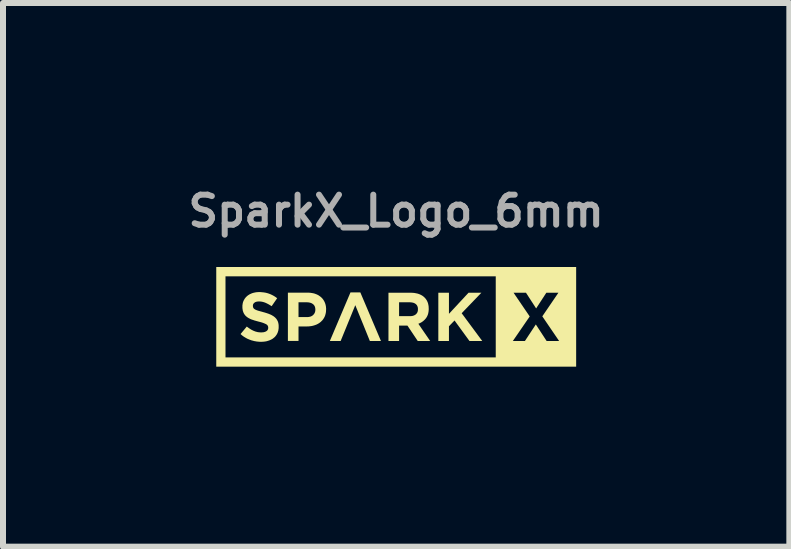
<source format=kicad_pcb>
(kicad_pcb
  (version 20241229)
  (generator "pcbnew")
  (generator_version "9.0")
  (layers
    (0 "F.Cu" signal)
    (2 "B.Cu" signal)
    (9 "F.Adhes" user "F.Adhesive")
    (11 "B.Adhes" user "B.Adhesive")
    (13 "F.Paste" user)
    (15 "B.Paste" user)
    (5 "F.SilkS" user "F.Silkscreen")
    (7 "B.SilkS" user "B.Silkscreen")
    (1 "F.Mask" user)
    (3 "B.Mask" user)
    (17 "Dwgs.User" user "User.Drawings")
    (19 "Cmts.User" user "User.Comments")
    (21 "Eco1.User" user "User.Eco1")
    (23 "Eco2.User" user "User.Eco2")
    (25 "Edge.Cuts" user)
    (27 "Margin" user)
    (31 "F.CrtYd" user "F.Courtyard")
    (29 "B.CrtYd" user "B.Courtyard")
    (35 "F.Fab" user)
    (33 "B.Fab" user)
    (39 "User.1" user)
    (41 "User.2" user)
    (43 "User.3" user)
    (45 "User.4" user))
  (footprint "SparkX_Logo_6mm"
    (layer "F.Cu")
    (at 3.552 2.218)
    (property "Reference" "SparkX_Logo_6mm" (at 0 -1.75 0) (layer "F.Fab") (effects (font (size 0.5 0.5) (thickness 0.1))))
    (attr board_only exclude_from_pos_files exclude_from_bom)
    (fp_poly (pts (xy -0.253 0.415) (xy -0.438 0.415) (xy -0.557 0.121) (xy -0.681 -0.182) (xy -0.925 0.415) (xy -1.105 0.415) (xy -0.761 -0.395) (xy -0.597 -0.395)) (stroke (width 0) (type solid)) (fill yes) (layer "F.SilkS"))
    (fp_poly (pts (xy 0.88 -0.038) (xy 1.206 -0.389) (xy 1.42 -0.389) (xy 1.092 -0.048) (xy 1.435 0.415) (xy 1.222 0.415) (xy 0.973 0.073) (xy 0.88 0.169) (xy 0.88 0.415) (xy 0.703 0.415) (xy 0.703 -0.389) (xy 0.88 -0.389)) (stroke (width 0) (type solid)) (fill yes) (layer "F.SilkS"))
    (fp_poly (pts (xy 3 0.843) (xy -2.998 0.843) (xy -2.998 -0.663) (xy -2.844 -0.663) (xy -2.844 0.688) (xy 1.66 0.688) (xy 1.66 0.415) (xy 1.945 0.415) (xy 2.146 0.415) (xy 2.328 0.139) (xy 2.508 0.415) (xy 2.716 0.415) (xy 2.436 0.004) (xy 2.704 -0.389) (xy 2.503 -0.389) (xy 2.333 -0.128) (xy 2.164 -0.389) (xy 1.957 -0.389) (xy 2.226 0.006) (xy 1.945 0.415) (xy 1.66 0.415) (xy 1.66 -0.663) (xy -2.844 -0.663) (xy -2.998 -0.663) (xy -2.998 -0.818) (xy 3 -0.818)) (stroke (width 0) (type solid)) (fill yes) (layer "F.SilkS"))
    (fp_poly (pts (xy 0.257 -0.389) (xy 0.274 -0.388) (xy 0.291 -0.387) (xy 0.307 -0.385) (xy 0.323 -0.382) (xy 0.338 -0.379) (xy 0.353 -0.376) (xy 0.367 -0.372) (xy 0.381 -0.367) (xy 0.394 -0.362) (xy 0.407 -0.356) (xy 0.419 -0.35) (xy 0.431 -0.343) (xy 0.442 -0.336) (xy 0.453 -0.328) (xy 0.463 -0.319) (xy 0.473 -0.31) (xy 0.482 -0.301) (xy 0.49 -0.291) (xy 0.498 -0.281) (xy 0.505 -0.27) (xy 0.512 -0.259) (xy 0.518 -0.247) (xy 0.523 -0.235) (xy 0.528 -0.223) (xy 0.532 -0.21) (xy 0.535 -0.196) (xy 0.538 -0.183) (xy 0.54 -0.169) (xy 0.542 -0.154) (xy 0.542 -0.139) (xy 0.543 -0.124) (xy 0.543 -0.121) (xy 0.543 -0.109) (xy 0.542 -0.097) (xy 0.541 -0.086) (xy 0.54 -0.075) (xy 0.538 -0.064) (xy 0.536 -0.053) (xy 0.534 -0.043) (xy 0.531 -0.033) (xy 0.528 -0.023) (xy 0.524 -0.013) (xy 0.52 -0.004) (xy 0.516 0.005) (xy 0.511 0.013) (xy 0.506 0.022) (xy 0.501 0.03) (xy 0.495 0.038) (xy 0.489 0.045) (xy 0.482 0.053) (xy 0.476 0.06) (xy 0.469 0.066) (xy 0.462 0.073) (xy 0.455 0.079) (xy 0.448 0.085) (xy 0.44 0.091) (xy 0.432 0.096) (xy 0.424 0.102) (xy 0.415 0.107) (xy 0.407 0.111) (xy 0.398 0.116) (xy 0.389 0.12) (xy 0.38 0.124) (xy 0.37 0.128) (xy 0.567 0.415) (xy 0.36 0.415) (xy 0.188 0.158) (xy 0.049 0.158) (xy 0.049 0.415) (xy -0.128 0.415) (xy -0.128 -0.23) (xy 0.049 -0.23) (xy 0.049 0.001) (xy 0.228 0.001) (xy 0.236 0.001) (xy 0.244 0.001) (xy 0.251 0.000006) (xy 0.259 -0.001) (xy 0.266 -0.002) (xy 0.273 -0.003) (xy 0.28 -0.005) (xy 0.286 -0.007) (xy 0.292 -0.009) (xy 0.298 -0.011) (xy 0.304 -0.014) (xy 0.309 -0.017) (xy 0.314 -0.02) (xy 0.319 -0.023) (xy 0.324 -0.026) (xy 0.329 -0.03) (xy 0.333 -0.034) (xy 0.337 -0.038) (xy 0.341 -0.043) (xy 0.344 -0.047) (xy 0.347 -0.052) (xy 0.35 -0.056) (xy 0.353 -0.061) (xy 0.355 -0.066) (xy 0.357 -0.072) (xy 0.359 -0.077) (xy 0.36 -0.083) (xy 0.361 -0.088) (xy 0.362 -0.094) (xy 0.363 -0.1) (xy 0.363 -0.106) (xy 0.363 -0.113) (xy 0.363 -0.115) (xy 0.363 -0.122) (xy 0.363 -0.129) (xy 0.362 -0.135) (xy 0.361 -0.142) (xy 0.36 -0.148) (xy 0.358 -0.154) (xy 0.356 -0.159) (xy 0.354 -0.165) (xy 0.352 -0.17) (xy 0.349 -0.175) (xy 0.346 -0.18) (xy 0.343 -0.185) (xy 0.339 -0.189) (xy 0.335 -0.193) (xy 0.331 -0.197) (xy 0.327 -0.201) (xy 0.322 -0.204) (xy 0.317 -0.208) (xy 0.312 -0.211) (xy 0.307 -0.214) (xy 0.301 -0.216) (xy 0.295 -0.219) (xy 0.289 -0.221) (xy 0.283 -0.223) (xy 0.276 -0.224) (xy 0.269 -0.226) (xy 0.263 -0.227) (xy 0.255 -0.228) (xy 0.248 -0.229) (xy 0.24 -0.229) (xy 0.232 -0.23) (xy 0.224 -0.23) (xy 0.049 -0.23) (xy -0.128 -0.23) (xy -0.128 -0.389) (xy 0.239 -0.389)) (stroke (width 0) (type solid)) (fill yes) (layer "F.SilkS"))
    (fp_poly (pts (xy -1.466 -0.39) (xy -1.457 -0.39) (xy -1.449 -0.39) (xy -1.44 -0.389) (xy -1.431 -0.388) (xy -1.423 -0.388) (xy -1.415 -0.386) (xy -1.407 -0.385) (xy -1.399 -0.384) (xy -1.391 -0.382) (xy -1.383 -0.381) (xy -1.375 -0.379) (xy -1.368 -0.377) (xy -1.36 -0.375) (xy -1.353 -0.373) (xy -1.346 -0.37) (xy -1.339 -0.367) (xy -1.332 -0.365) (xy -1.325 -0.362) (xy -1.319 -0.359) (xy -1.312 -0.356) (xy -1.306 -0.353) (xy -1.299 -0.349) (xy -1.293 -0.346) (xy -1.287 -0.342) (xy -1.282 -0.338) (xy -1.276 -0.334) (xy -1.27 -0.33) (xy -1.265 -0.326) (xy -1.26 -0.322) (xy -1.254 -0.318) (xy -1.249 -0.313) (xy -1.244 -0.308) (xy -1.24 -0.304) (xy -1.235 -0.299) (xy -1.23 -0.294) (xy -1.226 -0.289) (xy -1.222 -0.283) (xy -1.218 -0.278) (xy -1.214 -0.273) (xy -1.21 -0.267) (xy -1.207 -0.261) (xy -1.203 -0.256) (xy -1.2 -0.25) (xy -1.197 -0.244) (xy -1.194 -0.238) (xy -1.191 -0.231) (xy -1.188 -0.225) (xy -1.186 -0.219) (xy -1.183 -0.212) (xy -1.181 -0.205) (xy -1.179 -0.199) (xy -1.177 -0.192) (xy -1.175 -0.185) (xy -1.174 -0.178) (xy -1.172 -0.171) (xy -1.171 -0.164) (xy -1.17 -0.157) (xy -1.169 -0.149) (xy -1.169 -0.142) (xy -1.168 -0.135) (xy -1.167 -0.127) (xy -1.167 -0.119) (xy -1.167 -0.112) (xy -1.167 -0.109) (xy -1.168 -0.11) (xy -1.168 -0.102) (xy -1.168 -0.093) (xy -1.169 -0.085) (xy -1.169 -0.076) (xy -1.17 -0.068) (xy -1.171 -0.06) (xy -1.173 -0.052) (xy -1.174 -0.045) (xy -1.176 -0.037) (xy -1.178 -0.03) (xy -1.18 -0.022) (xy -1.182 -0.015) (xy -1.184 -0.008) (xy -1.187 -0.001) (xy -1.19 0.006) (xy -1.193 0.013) (xy -1.196 0.019) (xy -1.2 0.026) (xy -1.203 0.032) (xy -1.207 0.038) (xy -1.211 0.044) (xy -1.215 0.05) (xy -1.219 0.056) (xy -1.223 0.061) (xy -1.227 0.067) (xy -1.232 0.072) (xy -1.237 0.077) (xy -1.242 0.082) (xy -1.247 0.087) (xy -1.252 0.092) (xy -1.257 0.097) (xy -1.263 0.101) (xy -1.268 0.106) (xy -1.274 0.11) (xy -1.28 0.114) (xy -1.285 0.118) (xy -1.291 0.122) (xy -1.298 0.125) (xy -1.304 0.129) (xy -1.31 0.132) (xy -1.317 0.136) (xy -1.323 0.139) (xy -1.33 0.142) (xy -1.337 0.145) (xy -1.344 0.147) (xy -1.351 0.15) (xy -1.358 0.152) (xy -1.366 0.155) (xy -1.381 0.159) (xy -1.396 0.163) (xy -1.411 0.166) (xy -1.427 0.168) (xy -1.443 0.17) (xy -1.46 0.172) (xy -1.476 0.172) (xy -1.493 0.173) (xy -1.627 0.173) (xy -1.627 0.414) (xy -1.804 0.414) (xy -1.804 -0.23) (xy -1.627 -0.23) (xy -1.627 0.016) (xy -1.486 0.016) (xy -1.478 0.016) (xy -1.47 0.016) (xy -1.462 0.015) (xy -1.455 0.014) (xy -1.448 0.013) (xy -1.441 0.011) (xy -1.434 0.01) (xy -1.427 0.008) (xy -1.421 0.005) (xy -1.415 0.003) (xy -1.409 -0.000223) (xy -1.403 -0.003) (xy -1.398 -0.007) (xy -1.393 -0.01) (xy -1.388 -0.014) (xy -1.383 -0.019) (xy -1.379 -0.023) (xy -1.374 -0.028) (xy -1.371 -0.032) (xy -1.367 -0.037) (xy -1.364 -0.042) (xy -1.361 -0.047) (xy -1.358 -0.053) (xy -1.356 -0.058) (xy -1.353 -0.064) (xy -1.352 -0.069) (xy -1.35 -0.075) (xy -1.349 -0.081) (xy -1.348 -0.087) (xy -1.347 -0.093) (xy -1.347 -0.099) (xy -1.346 -0.106) (xy -1.346 -0.108) (xy -1.347 -0.115) (xy -1.347 -0.122) (xy -1.348 -0.129) (xy -1.349 -0.136) (xy -1.35 -0.142) (xy -1.352 -0.149) (xy -1.354 -0.155) (xy -1.356 -0.161) (xy -1.359 -0.166) (xy -1.361 -0.171) (xy -1.365 -0.177) (xy -1.368 -0.181) (xy -1.372 -0.186) (xy -1.376 -0.19) (xy -1.38 -0.195) (xy -1.385 -0.199) (xy -1.39 -0.202) (xy -1.395 -0.206) (xy -1.4 -0.209) (xy -1.406 -0.212) (xy -1.411 -0.215) (xy -1.417 -0.218) (xy -1.424 -0.22) (xy -1.43 -0.222) (xy -1.437 -0.224) (xy -1.444 -0.225) (xy -1.451 -0.227) (xy -1.458 -0.228) (xy -1.466 -0.229) (xy -1.474 -0.229) (xy -1.482 -0.23) (xy -1.49 -0.23) (xy -1.627 -0.23) (xy -1.804 -0.23) (xy -1.804 -0.391) (xy -1.475 -0.391)) (stroke (width 0) (type solid)) (fill yes) (layer "F.SilkS"))
    (fp_poly (pts (xy -2.271 -0.4) (xy -2.26 -0.4) (xy -2.25 -0.399) (xy -2.239 -0.398) (xy -2.228 -0.397) (xy -2.218 -0.396) (xy -2.207 -0.395) (xy -2.197 -0.393) (xy -2.187 -0.392) (xy -2.177 -0.39) (xy -2.167 -0.388) (xy -2.157 -0.385) (xy -2.148 -0.383) (xy -2.138 -0.38) (xy -2.129 -0.377) (xy -2.12 -0.374) (xy -2.11 -0.37) (xy -2.101 -0.367) (xy -2.092 -0.363) (xy -2.083 -0.359) (xy -2.075 -0.355) (xy -2.066 -0.351) (xy -2.057 -0.346) (xy -2.049 -0.342) (xy -2.04 -0.337) (xy -2.032 -0.332) (xy -2.023 -0.327) (xy -2.015 -0.321) (xy -2.007 -0.316) (xy -1.999 -0.31) (xy -1.991 -0.304) (xy -1.983 -0.298) (xy -2.075 -0.165) (xy -2.089 -0.174) (xy -2.102 -0.182) (xy -2.115 -0.19) (xy -2.129 -0.198) (xy -2.142 -0.205) (xy -2.155 -0.211) (xy -2.168 -0.218) (xy -2.181 -0.223) (xy -2.187 -0.226) (xy -2.194 -0.228) (xy -2.2 -0.23) (xy -2.206 -0.232) (xy -2.213 -0.234) (xy -2.219 -0.236) (xy -2.226 -0.237) (xy -2.232 -0.239) (xy -2.239 -0.24) (xy -2.245 -0.241) (xy -2.252 -0.242) (xy -2.258 -0.243) (xy -2.265 -0.243) (xy -2.271 -0.244) (xy -2.278 -0.244) (xy -2.284 -0.244) (xy -2.29 -0.244) (xy -2.296 -0.244) (xy -2.302 -0.243) (xy -2.308 -0.243) (xy -2.314 -0.242) (xy -2.319 -0.241) (xy -2.324 -0.24) (xy -2.329 -0.239) (xy -2.334 -0.238) (xy -2.338 -0.236) (xy -2.343 -0.234) (xy -2.347 -0.233) (xy -2.351 -0.231) (xy -2.354 -0.228) (xy -2.358 -0.226) (xy -2.361 -0.224) (xy -2.364 -0.221) (xy -2.367 -0.219) (xy -2.37 -0.216) (xy -2.373 -0.213) (xy -2.375 -0.21) (xy -2.377 -0.207) (xy -2.379 -0.204) (xy -2.381 -0.201) (xy -2.382 -0.198) (xy -2.384 -0.195) (xy -2.385 -0.192) (xy -2.385 -0.188) (xy -2.386 -0.185) (xy -2.387 -0.181) (xy -2.387 -0.178) (xy -2.387 -0.174) (xy -2.387 -0.172) (xy -2.387 -0.169) (xy -2.387 -0.167) (xy -2.387 -0.164) (xy -2.387 -0.162) (xy -2.386 -0.16) (xy -2.386 -0.158) (xy -2.386 -0.155) (xy -2.385 -0.153) (xy -2.385 -0.151) (xy -2.384 -0.149) (xy -2.384 -0.147) (xy -2.383 -0.145) (xy -2.382 -0.143) (xy -2.382 -0.141) (xy -2.381 -0.139) (xy -2.38 -0.137) (xy -2.379 -0.136) (xy -2.378 -0.134) (xy -2.377 -0.132) (xy -2.375 -0.13) (xy -2.374 -0.129) (xy -2.373 -0.127) (xy -2.371 -0.125) (xy -2.37 -0.124) (xy -2.368 -0.122) (xy -2.366 -0.121) (xy -2.364 -0.119) (xy -2.362 -0.118) (xy -2.36 -0.116) (xy -2.358 -0.115) (xy -2.355 -0.113) (xy -2.353 -0.112) (xy -2.348 -0.109) (xy -2.342 -0.106) (xy -2.336 -0.103) (xy -2.33 -0.101) (xy -2.323 -0.098) (xy -2.316 -0.095) (xy -2.308 -0.093) (xy -2.3 -0.09) (xy -2.261 -0.079) (xy -2.238 -0.073) (xy -2.214 -0.066) (xy -2.199 -0.062) (xy -2.184 -0.058) (xy -2.17 -0.053) (xy -2.156 -0.049) (xy -2.142 -0.044) (xy -2.129 -0.04) (xy -2.117 -0.035) (xy -2.105 -0.03) (xy -2.099 -0.028) (xy -2.093 -0.025) (xy -2.087 -0.022) (xy -2.082 -0.02) (xy -2.076 -0.017) (xy -2.071 -0.014) (xy -2.066 -0.011) (xy -2.061 -0.008) (xy -2.056 -0.005) (xy -2.051 -0.002) (xy -2.046 0.001) (xy -2.041 0.004) (xy -2.037 0.008) (xy -2.033 0.011) (xy -2.028 0.014) (xy -2.024 0.018) (xy -2.02 0.021) (xy -2.016 0.025) (xy -2.012 0.029) (xy -2.009 0.033) (xy -2.005 0.036) (xy -2.002 0.04) (xy -1.998 0.044) (xy -1.995 0.048) (xy -1.992 0.053) (xy -1.989 0.057) (xy -1.987 0.061) (xy -1.984 0.066) (xy -1.981 0.07) (xy -1.979 0.075) (xy -1.977 0.079) (xy -1.974 0.084) (xy -1.972 0.089) (xy -1.97 0.094) (xy -1.969 0.099) (xy -1.967 0.104) (xy -1.965 0.109) (xy -1.964 0.114) (xy -1.963 0.12) (xy -1.962 0.125) (xy -1.961 0.131) (xy -1.96 0.137) (xy -1.959 0.143) (xy -1.959 0.149) (xy -1.958 0.155) (xy -1.958 0.161) (xy -1.958 0.174) (xy -1.958 0.179) (xy -1.958 0.187) (xy -1.958 0.194) (xy -1.958 0.201) (xy -1.959 0.208) (xy -1.96 0.215) (xy -1.961 0.222) (xy -1.962 0.229) (xy -1.963 0.235) (xy -1.964 0.242) (xy -1.966 0.249) (xy -1.968 0.255) (xy -1.97 0.261) (xy -1.972 0.267) (xy -1.974 0.274) (xy -1.977 0.28) (xy -1.979 0.285) (xy -1.982 0.291) (xy -1.985 0.297) (xy -1.988 0.302) (xy -1.991 0.308) (xy -1.994 0.313) (xy -1.998 0.318) (xy -2.002 0.323) (xy -2.005 0.328) (xy -2.009 0.333) (xy -2.013 0.338) (xy -2.017 0.342) (xy -2.021 0.347) (xy -2.026 0.351) (xy -2.03 0.355) (xy -2.035 0.359) (xy -2.04 0.363) (xy -2.045 0.367) (xy -2.05 0.371) (xy -2.055 0.375) (xy -2.06 0.378) (xy -2.066 0.382) (xy -2.071 0.385) (xy -2.077 0.388) (xy -2.083 0.391) (xy -2.089 0.394) (xy -2.095 0.397) (xy -2.101 0.399) (xy -2.107 0.402) (xy -2.113 0.405) (xy -2.12 0.407) (xy -2.126 0.409) (xy -2.133 0.411) (xy -2.146 0.415) (xy -2.16 0.419) (xy -2.175 0.422) (xy -2.19 0.424) (xy -2.205 0.426) (xy -2.22 0.427) (xy -2.236 0.428) (xy -2.252 0.428) (xy -2.264 0.428) (xy -2.275 0.428) (xy -2.286 0.427) (xy -2.298 0.426) (xy -2.309 0.425) (xy -2.321 0.424) (xy -2.332 0.422) (xy -2.343 0.42) (xy -2.355 0.418) (xy -2.366 0.416) (xy -2.377 0.413) (xy -2.388 0.41) (xy -2.399 0.407) (xy -2.411 0.404) (xy -2.422 0.4) (xy -2.433 0.396) (xy -2.444 0.392) (xy -2.454 0.388) (xy -2.465 0.383) (xy -2.476 0.379) (xy -2.486 0.373) (xy -2.497 0.368) (xy -2.507 0.362) (xy -2.517 0.356) (xy -2.527 0.35) (xy -2.537 0.344) (xy -2.547 0.337) (xy -2.556 0.33) (xy -2.566 0.323) (xy -2.575 0.315) (xy -2.584 0.307) (xy -2.593 0.299) (xy -2.489 0.174) (xy -2.475 0.185) (xy -2.461 0.195) (xy -2.447 0.205) (xy -2.433 0.214) (xy -2.419 0.223) (xy -2.405 0.231) (xy -2.39 0.238) (xy -2.383 0.242) (xy -2.376 0.245) (xy -2.368 0.248) (xy -2.361 0.251) (xy -2.353 0.254) (xy -2.346 0.257) (xy -2.338 0.259) (xy -2.33 0.261) (xy -2.323 0.263) (xy -2.315 0.265) (xy -2.307 0.267) (xy -2.299 0.268) (xy -2.291 0.269) (xy -2.282 0.27) (xy -2.274 0.271) (xy -2.266 0.271) (xy -2.257 0.272) (xy -2.249 0.272) (xy -2.242 0.272) (xy -2.235 0.271) (xy -2.229 0.271) (xy -2.222 0.27) (xy -2.216 0.27) (xy -2.21 0.269) (xy -2.205 0.268) (xy -2.199 0.266) (xy -2.194 0.265) (xy -2.189 0.263) (xy -2.184 0.262) (xy -2.18 0.26) (xy -2.175 0.258) (xy -2.171 0.256) (xy -2.167 0.254) (xy -2.163 0.251) (xy -2.159 0.249) (xy -2.156 0.246) (xy -2.152 0.243) (xy -2.149 0.24) (xy -2.147 0.237) (xy -2.144 0.234) (xy -2.142 0.231) (xy -2.14 0.227) (xy -2.138 0.224) (xy -2.136 0.22) (xy -2.135 0.216) (xy -2.134 0.212) (xy -2.133 0.208) (xy -2.133 0.204) (xy -2.132 0.2) (xy -2.132 0.195) (xy -2.132 0.193) (xy -2.132 0.191) (xy -2.132 0.189) (xy -2.132 0.187) (xy -2.133 0.185) (xy -2.133 0.183) (xy -2.133 0.181) (xy -2.134 0.179) (xy -2.134 0.177) (xy -2.134 0.175) (xy -2.135 0.173) (xy -2.135 0.171) (xy -2.136 0.169) (xy -2.137 0.168) (xy -2.137 0.166) (xy -2.138 0.164) (xy -2.139 0.162) (xy -2.14 0.161) (xy -2.141 0.159) (xy -2.142 0.158) (xy -2.143 0.156) (xy -2.144 0.155) (xy -2.145 0.153) (xy -2.146 0.152) (xy -2.148 0.15) (xy -2.149 0.148) (xy -2.151 0.147) (xy -2.153 0.145) (xy -2.155 0.144) (xy -2.156 0.142) (xy -2.158 0.141) (xy -2.161 0.139) (xy -2.163 0.138) (xy -2.167 0.135) (xy -2.173 0.132) (xy -2.178 0.13) (xy -2.184 0.127) (xy -2.191 0.124) (xy -2.198 0.121) (xy -2.205 0.118) (xy -2.213 0.115) (xy -2.221 0.112) (xy -2.23 0.109) (xy -2.239 0.106) (xy -2.249 0.103) (xy -2.271 0.097) (xy -2.295 0.091) (xy -2.31 0.087) (xy -2.325 0.083) (xy -2.339 0.079) (xy -2.353 0.075) (xy -2.367 0.071) (xy -2.38 0.066) (xy -2.393 0.062) (xy -2.406 0.058) (xy -2.418 0.053) (xy -2.43 0.048) (xy -2.435 0.045) (xy -2.441 0.042) (xy -2.446 0.04) (xy -2.451 0.037) (xy -2.457 0.034) (xy -2.462 0.031) (xy -2.467 0.028) (xy -2.472 0.025) (xy -2.476 0.022) (xy -2.481 0.019) (xy -2.485 0.015) (xy -2.49 0.012) (xy -2.494 0.009) (xy -2.498 0.005) (xy -2.502 0.001) (xy -2.506 -0.002) (xy -2.51 -0.006) (xy -2.513 -0.01) (xy -2.517 -0.014) (xy -2.52 -0.018) (xy -2.523 -0.023) (xy -2.527 -0.027) (xy -2.53 -0.031) (xy -2.533 -0.036) (xy -2.535 -0.041) (xy -2.538 -0.045) (xy -2.541 -0.05) (xy -2.543 -0.055) (xy -2.545 -0.06) (xy -2.547 -0.066) (xy -2.549 -0.071) (xy -2.551 -0.077) (xy -2.553 -0.082) (xy -2.555 -0.088) (xy -2.556 -0.094) (xy -2.557 -0.101) (xy -2.558 -0.107) (xy -2.559 -0.113) (xy -2.56 -0.12) (xy -2.561 -0.127) (xy -2.562 -0.134) (xy -2.562 -0.141) (xy -2.562 -0.148) (xy -2.562 -0.155) (xy -2.562 -0.158) (xy -2.562 -0.165) (xy -2.562 -0.172) (xy -2.562 -0.178) (xy -2.561 -0.185) (xy -2.56 -0.191) (xy -2.559 -0.198) (xy -2.558 -0.204) (xy -2.557 -0.211) (xy -2.556 -0.217) (xy -2.554 -0.223) (xy -2.553 -0.229) (xy -2.551 -0.235) (xy -2.549 -0.24) (xy -2.547 -0.246) (xy -2.544 -0.252) (xy -2.542 -0.257) (xy -2.539 -0.263) (xy -2.536 -0.268) (xy -2.533 -0.273) (xy -2.53 -0.279) (xy -2.527 -0.284) (xy -2.524 -0.289) (xy -2.521 -0.294) (xy -2.517 -0.298) (xy -2.513 -0.303) (xy -2.51 -0.308) (xy -2.506 -0.312) (xy -2.502 -0.317) (xy -2.498 -0.321) (xy -2.493 -0.325) (xy -2.489 -0.329) (xy -2.484 -0.334) (xy -2.48 -0.337) (xy -2.475 -0.341) (xy -2.47 -0.345) (xy -2.465 -0.348) (xy -2.46 -0.352) (xy -2.454 -0.355) (xy -2.449 -0.359) (xy -2.443 -0.362) (xy -2.438 -0.365) (xy -2.432 -0.368) (xy -2.426 -0.37) (xy -2.42 -0.373) (xy -2.414 -0.376) (xy -2.408 -0.378) (xy -2.402 -0.381) (xy -2.395 -0.383) (xy -2.382 -0.387) (xy -2.369 -0.39) (xy -2.355 -0.393) (xy -2.341 -0.396) (xy -2.327 -0.398) (xy -2.312 -0.399) (xy -2.297 -0.4) (xy -2.282 -0.4)) (stroke (width 0) (type solid)) (fill yes) (layer "F.SilkS")))
  (gr_rect
    (start -3 -3)
    (end 10.105 6.061)
    (stroke (width 0.1) (type default))
    (fill no)
    (layer "Edge.Cuts")))
</source>
